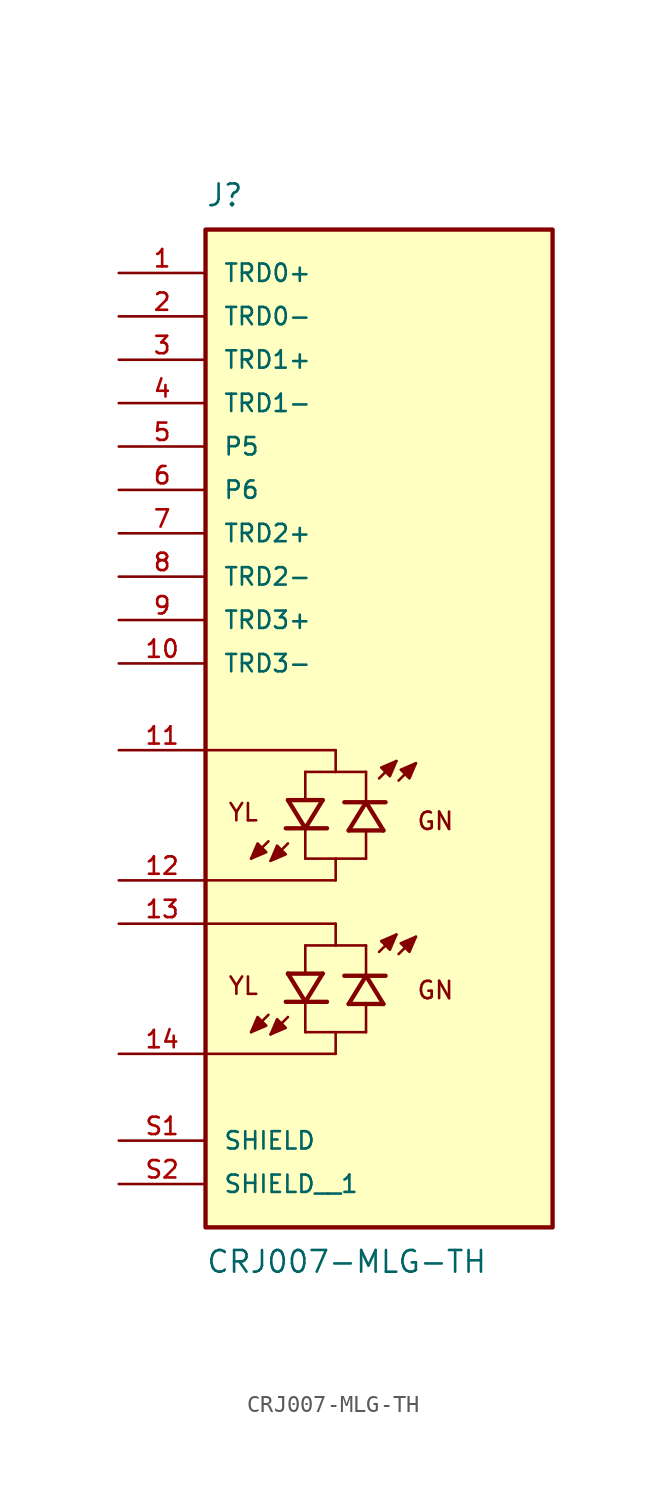
<source format=kicad_sym>
(kicad_symbol_lib
  (version 20211014)
  (generator kicad_symbol_editor)
  (symbol "CRJ007-MLG-TH"
    (pin_names
      (offset 1.016))
    (property "Reference" "J"
      (at -10.16 29.21 0)
      (effects (font (size 1.27 1.27)) (justify bottom left)))
    (property "Value" "CRJ007-MLG-TH"
      (at -10.16 -31.75 0)
      (effects (font (size 1.27 1.27)) (justify top left)))
    (symbol "CRJ007-MLG-TH_0_0"
      (polyline (pts (xy -5.334 -5.461) (xy -4.318 -7.112)) (stroke (width 0.254)))
      (polyline (pts (xy -4.318 -7.112) (xy -3.302 -5.461)) (stroke (width 0.254)))
      (polyline (pts (xy -5.461 -7.112) (xy -4.318 -7.112)) (stroke (width 0.254)))
      (polyline (pts (xy -4.318 -7.112) (xy -3.048 -7.112)) (stroke (width 0.254)))
      (polyline (pts (xy -5.334 -5.461) (xy -3.302 -5.461)) (stroke (width 0.254)))
      (polyline (pts (xy 0.0 -4.191) (xy 1.016 -3.175)) (stroke (width 0.152)))
      (polyline (pts (xy 1.143 -4.318) (xy 2.159 -3.302)) (stroke (width 0.152)))
      (polyline (pts (xy -4.318 -3.81) (xy -4.318 -5.334)) (stroke (width 0.152)))
      (polyline (pts (xy -4.318 -7.239) (xy -4.318 -8.89)) (stroke (width 0.152)))
      (polyline (pts (xy -5.334 -8.001) (xy -6.35 -9.017)) (stroke (width 0.152)))
      (polyline (pts (xy -6.477 -7.874) (xy -7.493 -8.89)) (stroke (width 0.152)))
      (polyline (pts (xy 1.016 -3.175) (xy 0.127 -3.556) (xy 0.635 -4.064) (xy 1.016 -3.175)) (stroke (width 0.152)) (fill (type outline)))
      (polyline (pts (xy 2.159 -3.302) (xy 1.27 -3.683) (xy 1.778 -4.191) (xy 2.159 -3.302)) (stroke (width 0.152)) (fill (type outline)))
      (polyline (pts (xy -6.35 -9.017) (xy -5.461 -8.636) (xy -5.969 -8.128) (xy -6.35 -9.017)) (stroke (width 0.152)) (fill (type outline)))
      (polyline (pts (xy -7.493 -8.89) (xy -6.604 -8.509) (xy -7.112 -8.001) (xy -7.493 -8.89)) (stroke (width 0.152)) (fill (type outline)))
      (text "GN" (at 2.159 -6.096 0) (effects (font (size 1.016 1.016)) (justify top left)))
      (text "YL" (at -8.89 -5.588 0) (effects (font (size 1.016 1.016)) (justify top left)))
      (polyline (pts (xy 0.254 -7.239) (xy -0.762 -5.588)) (stroke (width 0.254)))
      (polyline (pts (xy -0.762 -5.588) (xy -1.778 -7.239)) (stroke (width 0.254)))
      (polyline (pts (xy 0.381 -5.588) (xy -0.762 -5.588)) (stroke (width 0.254)))
      (polyline (pts (xy -0.762 -5.588) (xy -2.032 -5.588)) (stroke (width 0.254)))
      (polyline (pts (xy 0.254 -7.239) (xy -1.778 -7.239)) (stroke (width 0.254)))
      (polyline (pts (xy -0.762 -8.89) (xy -0.762 -7.366)) (stroke (width 0.152)))
      (polyline (pts (xy -0.762 -5.461) (xy -0.762 -3.81)) (stroke (width 0.152)))
      (polyline (pts (xy -4.318 -3.81) (xy -2.54 -3.81)) (stroke (width 0.152)))
      (polyline (pts (xy -2.54 -3.81) (xy -0.762 -3.81)) (stroke (width 0.152)))
      (polyline (pts (xy -4.318 -8.89) (xy -2.54 -8.89)) (stroke (width 0.152)))
      (polyline (pts (xy -2.54 -8.89) (xy -0.762 -8.89)) (stroke (width 0.152)))
      (polyline (pts (xy -2.54 -3.81) (xy -2.54 -2.54)) (stroke (width 0.152)))
      (polyline (pts (xy -2.54 -2.54) (xy -10.16 -2.54)) (stroke (width 0.152)))
      (polyline (pts (xy -2.54 -8.89) (xy -2.54 -10.16)) (stroke (width 0.152)))
      (polyline (pts (xy -2.54 -10.16) (xy -10.16 -10.16)) (stroke (width 0.152)))
      (polyline (pts (xy -5.334 -15.621) (xy -4.318 -17.272)) (stroke (width 0.254)))
      (polyline (pts (xy -4.318 -17.272) (xy -3.302 -15.621)) (stroke (width 0.254)))
      (polyline (pts (xy -5.461 -17.272) (xy -4.318 -17.272)) (stroke (width 0.254)))
      (polyline (pts (xy -4.318 -17.272) (xy -3.048 -17.272)) (stroke (width 0.254)))
      (polyline (pts (xy -5.334 -15.621) (xy -3.302 -15.621)) (stroke (width 0.254)))
      (polyline (pts (xy 0.0 -14.351) (xy 1.016 -13.335)) (stroke (width 0.152)))
      (polyline (pts (xy 1.143 -14.478) (xy 2.159 -13.462)) (stroke (width 0.152)))
      (polyline (pts (xy -4.318 -13.97) (xy -4.318 -15.494)) (stroke (width 0.152)))
      (polyline (pts (xy -4.318 -17.399) (xy -4.318 -19.05)) (stroke (width 0.152)))
      (polyline (pts (xy -5.334 -18.161) (xy -6.35 -19.177)) (stroke (width 0.152)))
      (polyline (pts (xy -6.477 -18.034) (xy -7.493 -19.05)) (stroke (width 0.152)))
      (polyline (pts (xy 1.016 -13.335) (xy 0.127 -13.716) (xy 0.635 -14.224) (xy 1.016 -13.335)) (stroke (width 0.152)) (fill (type outline)))
      (polyline (pts (xy 2.159 -13.462) (xy 1.27 -13.843) (xy 1.778 -14.351) (xy 2.159 -13.462)) (stroke (width 0.152)) (fill (type outline)))
      (polyline (pts (xy -6.35 -19.177) (xy -5.461 -18.796) (xy -5.969 -18.288) (xy -6.35 -19.177)) (stroke (width 0.152)) (fill (type outline)))
      (polyline (pts (xy -7.493 -19.05) (xy -6.604 -18.669) (xy -7.112 -18.161) (xy -7.493 -19.05)) (stroke (width 0.152)) (fill (type outline)))
      (polyline (pts (xy 0.254 -17.399) (xy -0.762 -15.748)) (stroke (width 0.254)))
      (polyline (pts (xy -0.762 -15.748) (xy -1.778 -17.399)) (stroke (width 0.254)))
      (polyline (pts (xy 0.381 -15.748) (xy -0.762 -15.748)) (stroke (width 0.254)))
      (polyline (pts (xy -0.762 -15.748) (xy -2.032 -15.748)) (stroke (width 0.254)))
      (polyline (pts (xy 0.254 -17.399) (xy -1.778 -17.399)) (stroke (width 0.254)))
      (polyline (pts (xy -0.762 -19.05) (xy -0.762 -17.526)) (stroke (width 0.152)))
      (polyline (pts (xy -0.762 -15.621) (xy -0.762 -13.97)) (stroke (width 0.152)))
      (polyline (pts (xy -4.318 -13.97) (xy -2.54 -13.97)) (stroke (width 0.152)))
      (polyline (pts (xy -2.54 -13.97) (xy -0.762 -13.97)) (stroke (width 0.152)))
      (polyline (pts (xy -4.318 -19.05) (xy -2.54 -19.05)) (stroke (width 0.152)))
      (polyline (pts (xy -2.54 -19.05) (xy -0.762 -19.05)) (stroke (width 0.152)))
      (polyline (pts (xy -2.54 -13.97) (xy -2.54 -12.7)) (stroke (width 0.152)))
      (polyline (pts (xy -2.54 -12.7) (xy -10.16 -12.7)) (stroke (width 0.152)))
      (polyline (pts (xy -2.54 -19.05) (xy -2.54 -20.32)) (stroke (width 0.152)))
      (polyline (pts (xy -2.54 -20.32) (xy -10.16 -20.32)) (stroke (width 0.152)))
      (text "YL" (at -8.89 -15.748 0) (effects (font (size 1.016 1.016)) (justify top left)))
      (text "GN" (at 2.159 -16.002 0) (effects (font (size 1.016 1.016)) (justify top left)))
      (rectangle (start -10.16 -30.48) (end 10.16 27.94) (stroke (width 0.254)) (fill (type background)))
      (pin passive line (at -15.24 25.4 0) (length 5.08) (name "TRD0+" (effects (font (size 1.016 1.016)))) (number "1" (effects (font (size 1.016 1.016)))))
      (pin passive line (at -15.24 -10.16 0) (length 5.08) (name "~" (effects (font (size 1.016 1.016)))) (number "12" (effects (font (size 1.016 1.016)))))
      (pin passive line (at -15.24 -2.54 0) (length 5.08) (name "~" (effects (font (size 1.016 1.016)))) (number "11" (effects (font (size 1.016 1.016)))))
      (pin passive line (at -15.24 -20.32 0) (length 5.08) (name "~" (effects (font (size 1.016 1.016)))) (number "14" (effects (font (size 1.016 1.016)))))
      (pin passive line (at -15.24 -12.7 0) (length 5.08) (name "~" (effects (font (size 1.016 1.016)))) (number "13" (effects (font (size 1.016 1.016)))))
      (pin passive line (at -15.24 -25.4 0) (length 5.08) (name "SHIELD" (effects (font (size 1.016 1.016)))) (number "S1" (effects (font (size 1.016 1.016)))))
      (pin passive line (at -15.24 22.86 0) (length 5.08) (name "TRD0-" (effects (font (size 1.016 1.016)))) (number "2" (effects (font (size 1.016 1.016)))))
      (pin passive line (at -15.24 20.32 0) (length 5.08) (name "TRD1+" (effects (font (size 1.016 1.016)))) (number "3" (effects (font (size 1.016 1.016)))))
      (pin passive line (at -15.24 17.78 0) (length 5.08) (name "TRD1-" (effects (font (size 1.016 1.016)))) (number "4" (effects (font (size 1.016 1.016)))))
      (pin passive line (at -15.24 15.24 0) (length 5.08) (name "P5" (effects (font (size 1.016 1.016)))) (number "5" (effects (font (size 1.016 1.016)))))
      (pin passive line (at -15.24 12.7 0) (length 5.08) (name "P6" (effects (font (size 1.016 1.016)))) (number "6" (effects (font (size 1.016 1.016)))))
      (pin passive line (at -15.24 10.16 0) (length 5.08) (name "TRD2+" (effects (font (size 1.016 1.016)))) (number "7" (effects (font (size 1.016 1.016)))))
      (pin passive line (at -15.24 7.62 0) (length 5.08) (name "TRD2-" (effects (font (size 1.016 1.016)))) (number "8" (effects (font (size 1.016 1.016)))))
      (pin passive line (at -15.24 5.08 0) (length 5.08) (name "TRD3+" (effects (font (size 1.016 1.016)))) (number "9" (effects (font (size 1.016 1.016)))))
      (pin passive line (at -15.24 2.54 0) (length 5.08) (name "TRD3-" (effects (font (size 1.016 1.016)))) (number "10" (effects (font (size 1.016 1.016)))))
      (pin passive line (at -15.24 -27.94 0) (length 5.08) (name "SHIELD__1" (effects (font (size 1.016 1.016)))) (number "S2" (effects (font (size 1.016 1.016))))))))
</source>
